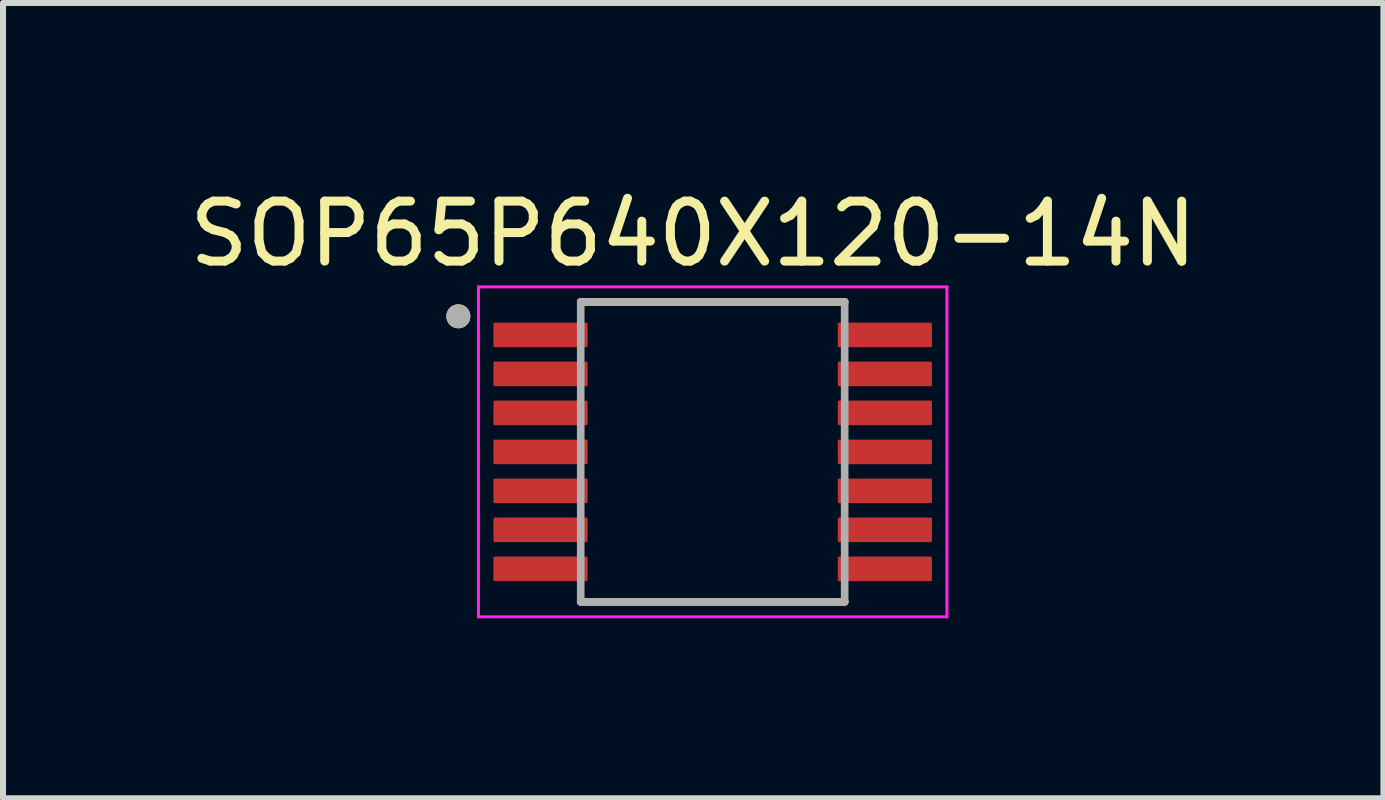
<source format=kicad_pcb>
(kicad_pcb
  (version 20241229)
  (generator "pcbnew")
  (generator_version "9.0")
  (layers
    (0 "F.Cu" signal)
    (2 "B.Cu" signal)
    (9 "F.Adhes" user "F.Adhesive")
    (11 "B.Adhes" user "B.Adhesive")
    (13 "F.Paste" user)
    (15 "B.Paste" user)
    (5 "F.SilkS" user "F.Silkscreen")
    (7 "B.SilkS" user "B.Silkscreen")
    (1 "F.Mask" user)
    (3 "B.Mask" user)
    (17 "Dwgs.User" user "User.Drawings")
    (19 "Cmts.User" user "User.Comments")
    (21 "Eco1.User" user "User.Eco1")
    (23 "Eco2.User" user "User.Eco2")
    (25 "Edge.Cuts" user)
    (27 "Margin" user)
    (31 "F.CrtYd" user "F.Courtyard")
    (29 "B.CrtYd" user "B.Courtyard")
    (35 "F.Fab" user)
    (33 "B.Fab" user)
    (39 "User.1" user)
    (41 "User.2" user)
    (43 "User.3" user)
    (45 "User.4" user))
  (footprint "SOP65P640X120-14N"
    (layer "F.Cu")
    (at 8.831 4.483)
    (property "Reference" "SOP65P640X120-14N" (at -0.325 -3.635 0) (layer "F.SilkS") (effects (font (size 1 1) (thickness 0.15))))
    (attr through_hole)
    (fp_line (start -2.2 -2.5) (end 2.2 -2.5) (stroke (width 0.127) (type solid)) (layer "F.SilkS"))
    (fp_line (start -2.2 2.5) (end 2.2 2.5) (stroke (width 0.127) (type solid)) (layer "F.SilkS"))
    (fp_circle (center -4.24 -2.26) (end -4.14 -2.26) (stroke (width 0.2) (type solid)) (fill no) (layer "F.SilkS"))
    (fp_line (start -3.905 -2.75) (end -3.905 2.75) (stroke (width 0.05) (type solid)) (layer "F.CrtYd"))
    (fp_line (start -3.905 -2.75) (end 3.905 -2.75) (stroke (width 0.05) (type solid)) (layer "F.CrtYd"))
    (fp_line (start -3.905 2.75) (end 3.905 2.75) (stroke (width 0.05) (type solid)) (layer "F.CrtYd"))
    (fp_line (start 3.905 -2.75) (end 3.905 2.75) (stroke (width 0.05) (type solid)) (layer "F.CrtYd"))
    (fp_line (start -2.2 -2.5) (end -2.2 2.5) (stroke (width 0.127) (type solid)) (layer "F.Fab"))
    (fp_line (start -2.2 -2.5) (end 2.2 -2.5) (stroke (width 0.127) (type solid)) (layer "F.Fab"))
    (fp_line (start -2.2 2.5) (end 2.2 2.5) (stroke (width 0.127) (type solid)) (layer "F.Fab"))
    (fp_line (start 2.2 -2.5) (end 2.2 2.5) (stroke (width 0.127) (type solid)) (layer "F.Fab"))
    (fp_circle (center -4.24 -2.26) (end -4.14 -2.26) (stroke (width 0.2) (type solid)) (fill no) (layer "F.Fab"))
    (pad "1" smd roundrect (at -2.87 -1.95) (size 1.57 0.41) (layers "F.Cu" "F.Mask" "F.Paste") (roundrect_rratio 0.05))
    (pad "2" smd roundrect (at -2.87 -1.3) (size 1.57 0.41) (layers "F.Cu" "F.Mask" "F.Paste") (roundrect_rratio 0.05))
    (pad "3" smd roundrect (at -2.87 -0.65) (size 1.57 0.41) (layers "F.Cu" "F.Mask" "F.Paste") (roundrect_rratio 0.05))
    (pad "4" smd roundrect (at -2.87 0) (size 1.57 0.41) (layers "F.Cu" "F.Mask" "F.Paste") (roundrect_rratio 0.05))
    (pad "5" smd roundrect (at -2.87 0.65) (size 1.57 0.41) (layers "F.Cu" "F.Mask" "F.Paste") (roundrect_rratio 0.05))
    (pad "6" smd roundrect (at -2.87 1.3) (size 1.57 0.41) (layers "F.Cu" "F.Mask" "F.Paste") (roundrect_rratio 0.05))
    (pad "7" smd roundrect (at -2.87 1.95) (size 1.57 0.41) (layers "F.Cu" "F.Mask" "F.Paste") (roundrect_rratio 0.05))
    (pad "8" smd roundrect (at 2.87 1.95) (size 1.57 0.41) (layers "F.Cu" "F.Mask" "F.Paste") (roundrect_rratio 0.05))
    (pad "9" smd roundrect (at 2.87 1.3) (size 1.57 0.41) (layers "F.Cu" "F.Mask" "F.Paste") (roundrect_rratio 0.05))
    (pad "10" smd roundrect (at 2.87 0.65) (size 1.57 0.41) (layers "F.Cu" "F.Mask" "F.Paste") (roundrect_rratio 0.05))
    (pad "11" smd roundrect (at 2.87 0) (size 1.57 0.41) (layers "F.Cu" "F.Mask" "F.Paste") (roundrect_rratio 0.05))
    (pad "12" smd roundrect (at 2.87 -0.65) (size 1.57 0.41) (layers "F.Cu" "F.Mask" "F.Paste") (roundrect_rratio 0.05))
    (pad "13" smd roundrect (at 2.87 -1.3) (size 1.57 0.41) (layers "F.Cu" "F.Mask" "F.Paste") (roundrect_rratio 0.05))
    (pad "14" smd roundrect (at 2.87 -1.95) (size 1.57 0.41) (layers "F.Cu" "F.Mask" "F.Paste") (roundrect_rratio 0.05)))
  (gr_rect
    (start -3 -3)
    (end 20.012 10.258)
    (stroke (width 0.1) (type default))
    (fill no)
    (layer "Edge.Cuts")))
</source>
